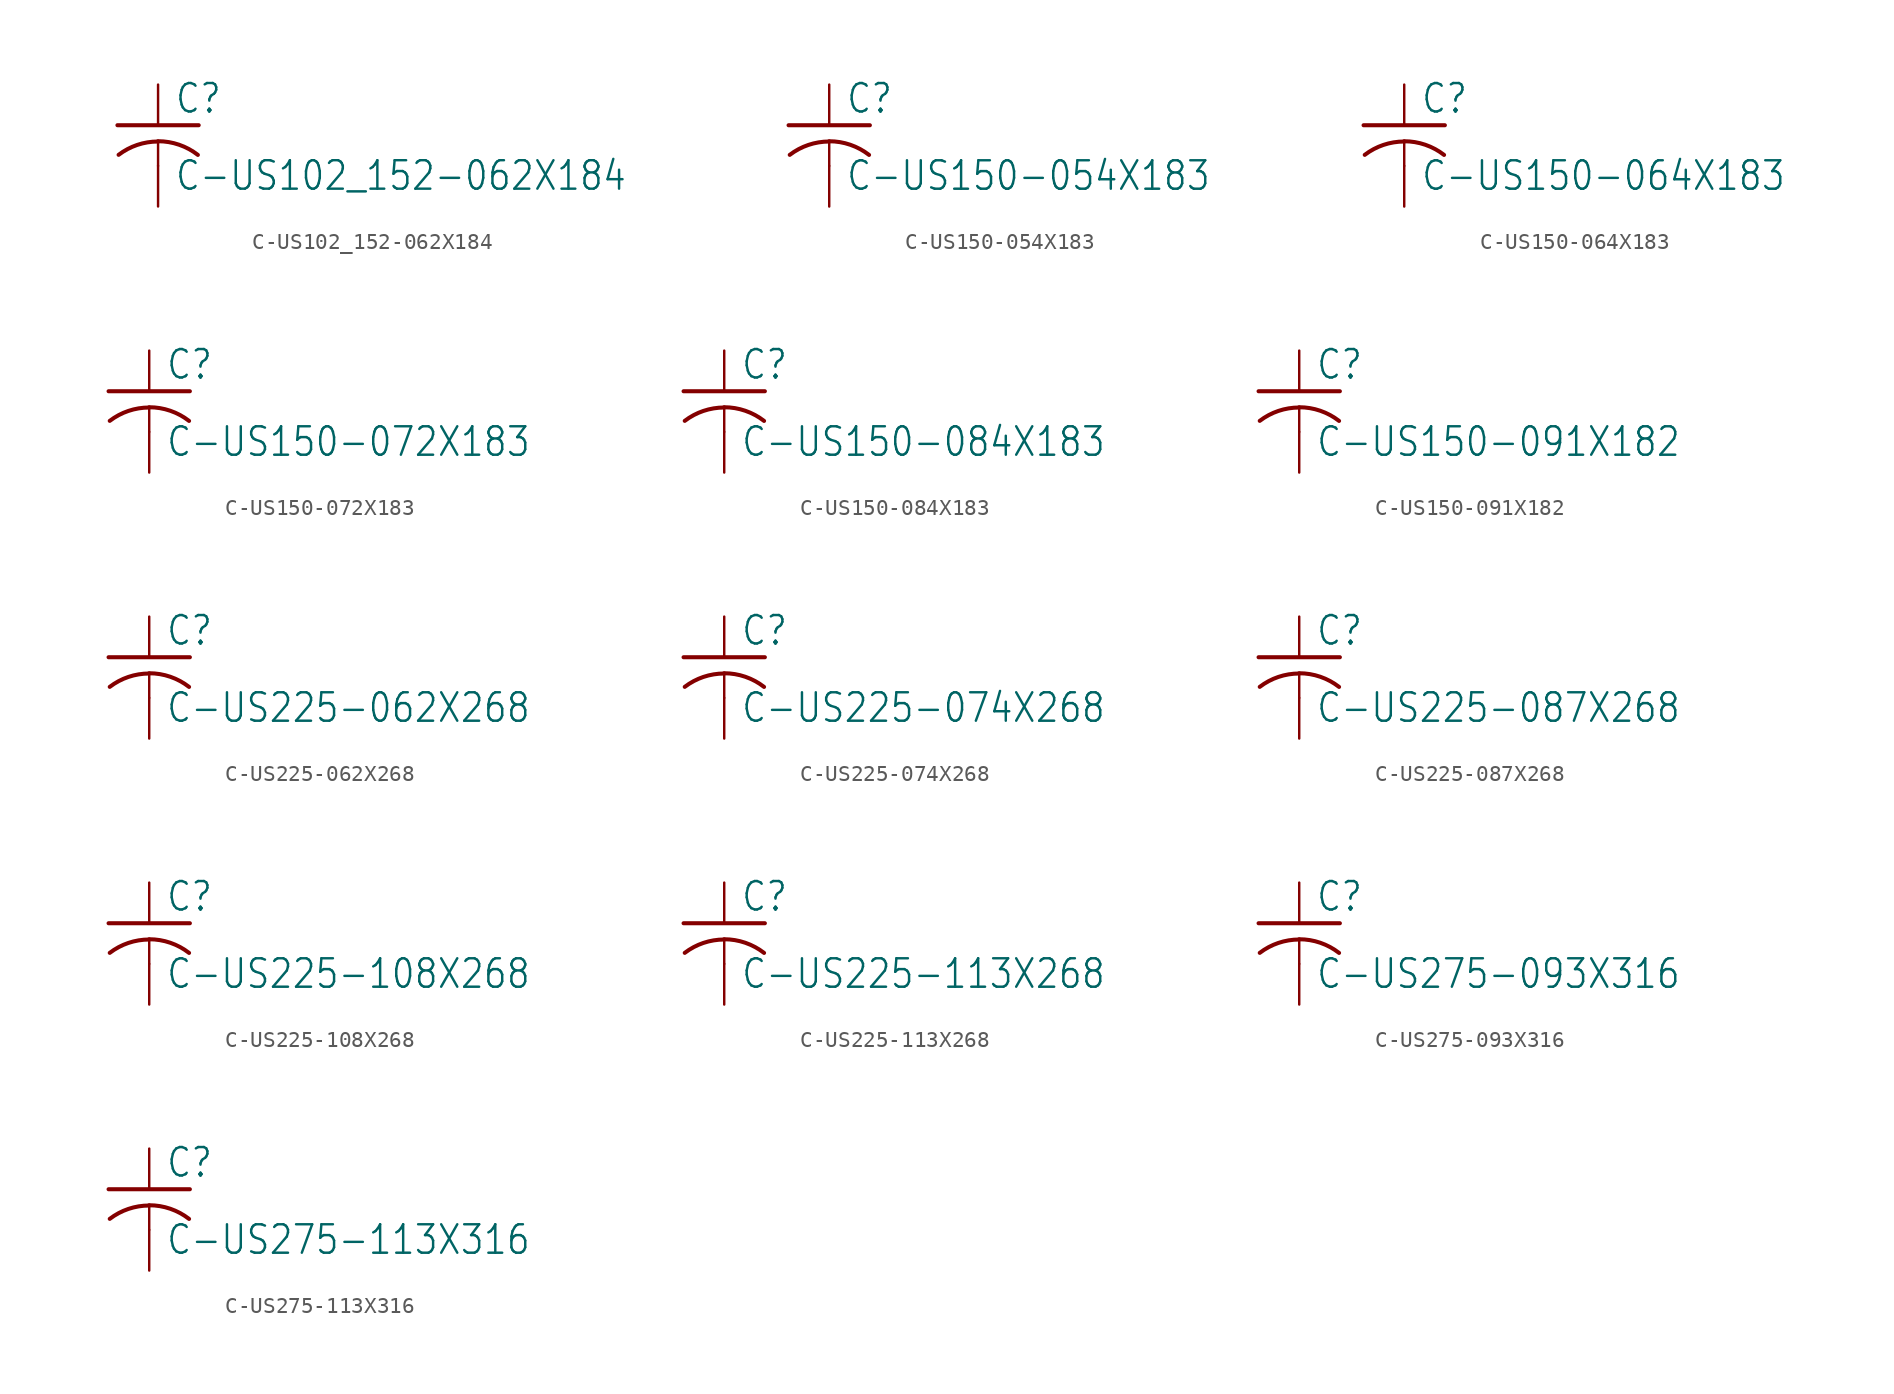
<source format=kicad_sym>
(kicad_symbol_lib
  (version 20201005)
  (generator kicad_symbol_editor)
  (symbol "C-US102_152-062X184"
    (property "Reference" "C"
      (at 1.016 0.635 0)
      (effects (font (size 1.778 1.511)) (justify left bottom)))
    (property "Value" "C-US102_152-062X184"
      (at 1.016 -4.191 0)
      (effects (font (size 1.778 1.511)) (justify left bottom)))
    (property "ki_locked" ""
      (at 0 0 0)
      (effects (font (size 1.27 1.27))))
    (symbol "C-US102_152-062X184_1_0"
      (arc (start 0 -1.0161) (end -2.4668 -1.8504) (radius (at 0 -5.0799) (length 4.0638) (angles 90 127.4)) (stroke (width 0.254)) (fill (type none)))
      (arc (start 2.4892 -1.8542) (end 0 -1) (radius (at 0 -5.0542) (length 4.0541) (angles 52.1 90)) (stroke (width 0.254)) (fill (type none)))
      (polyline (pts (xy -2.54 0) (xy 2.54 0)) (stroke (width 0.254)) (fill (type none)))
      (polyline (pts (xy 0 -1.016) (xy 0 -2.54)) (stroke (width 0.152)) (fill (type none)))
      (pin passive line (at 0 2.54 270) (length 2.54) (name "1" (effects (font (size 0 0)))) (number "1" (effects (font (size 0 0)))))
      (pin passive line (at 0 -5.08 90) (length 2.54) (name "2" (effects (font (size 0 0)))) (number "2" (effects (font (size 0 0)))))))
  (symbol "C-US150-054X183"
    (property "Reference" "C"
      (at 1.016 0.635 0)
      (effects (font (size 1.778 1.511)) (justify left bottom)))
    (property "Value" "C-US150-054X183"
      (at 1.016 -4.191 0)
      (effects (font (size 1.778 1.511)) (justify left bottom)))
    (property "ki_locked" ""
      (at 0 0 0)
      (effects (font (size 1.27 1.27))))
    (symbol "C-US150-054X183_1_0"
      (arc (start 0 -1.0161) (end -2.4668 -1.8504) (radius (at 0 -5.0799) (length 4.0638) (angles 90 127.4)) (stroke (width 0.254)) (fill (type none)))
      (arc (start 2.4892 -1.8542) (end 0 -1) (radius (at 0 -5.0542) (length 4.0541) (angles 52.1 90)) (stroke (width 0.254)) (fill (type none)))
      (polyline (pts (xy -2.54 0) (xy 2.54 0)) (stroke (width 0.254)) (fill (type none)))
      (polyline (pts (xy 0 -1.016) (xy 0 -2.54)) (stroke (width 0.152)) (fill (type none)))
      (pin passive line (at 0 2.54 270) (length 2.54) (name "1" (effects (font (size 0 0)))) (number "1" (effects (font (size 0 0)))))
      (pin passive line (at 0 -5.08 90) (length 2.54) (name "2" (effects (font (size 0 0)))) (number "2" (effects (font (size 0 0)))))))
  (symbol "C-US150-064X183"
    (property "Reference" "C"
      (at 1.016 0.635 0)
      (effects (font (size 1.778 1.511)) (justify left bottom)))
    (property "Value" "C-US150-064X183"
      (at 1.016 -4.191 0)
      (effects (font (size 1.778 1.511)) (justify left bottom)))
    (property "ki_locked" ""
      (at 0 0 0)
      (effects (font (size 1.27 1.27))))
    (symbol "C-US150-064X183_1_0"
      (arc (start 0 -1.0161) (end -2.4668 -1.8504) (radius (at 0 -5.0799) (length 4.0638) (angles 90 127.4)) (stroke (width 0.254)) (fill (type none)))
      (arc (start 2.4892 -1.8542) (end 0 -1) (radius (at 0 -5.0542) (length 4.0541) (angles 52.1 90)) (stroke (width 0.254)) (fill (type none)))
      (polyline (pts (xy -2.54 0) (xy 2.54 0)) (stroke (width 0.254)) (fill (type none)))
      (polyline (pts (xy 0 -1.016) (xy 0 -2.54)) (stroke (width 0.152)) (fill (type none)))
      (pin passive line (at 0 2.54 270) (length 2.54) (name "1" (effects (font (size 0 0)))) (number "1" (effects (font (size 0 0)))))
      (pin passive line (at 0 -5.08 90) (length 2.54) (name "2" (effects (font (size 0 0)))) (number "2" (effects (font (size 0 0)))))))
  (symbol "C-US150-072X183"
    (property "Reference" "C"
      (at 1.016 0.635 0)
      (effects (font (size 1.778 1.511)) (justify left bottom)))
    (property "Value" "C-US150-072X183"
      (at 1.016 -4.191 0)
      (effects (font (size 1.778 1.511)) (justify left bottom)))
    (property "ki_locked" ""
      (at 0 0 0)
      (effects (font (size 1.27 1.27))))
    (symbol "C-US150-072X183_1_0"
      (arc (start 0 -1.0161) (end -2.4668 -1.8504) (radius (at 0 -5.0799) (length 4.0638) (angles 90 127.4)) (stroke (width 0.254)) (fill (type none)))
      (arc (start 2.4892 -1.8542) (end 0 -1) (radius (at 0 -5.0542) (length 4.0541) (angles 52.1 90)) (stroke (width 0.254)) (fill (type none)))
      (polyline (pts (xy -2.54 0) (xy 2.54 0)) (stroke (width 0.254)) (fill (type none)))
      (polyline (pts (xy 0 -1.016) (xy 0 -2.54)) (stroke (width 0.152)) (fill (type none)))
      (pin passive line (at 0 2.54 270) (length 2.54) (name "1" (effects (font (size 0 0)))) (number "1" (effects (font (size 0 0)))))
      (pin passive line (at 0 -5.08 90) (length 2.54) (name "2" (effects (font (size 0 0)))) (number "2" (effects (font (size 0 0)))))))
  (symbol "C-US150-084X183"
    (property "Reference" "C"
      (at 1.016 0.635 0)
      (effects (font (size 1.778 1.511)) (justify left bottom)))
    (property "Value" "C-US150-084X183"
      (at 1.016 -4.191 0)
      (effects (font (size 1.778 1.511)) (justify left bottom)))
    (property "ki_locked" ""
      (at 0 0 0)
      (effects (font (size 1.27 1.27))))
    (symbol "C-US150-084X183_1_0"
      (arc (start 0 -1.0161) (end -2.4668 -1.8504) (radius (at 0 -5.0799) (length 4.0638) (angles 90 127.4)) (stroke (width 0.254)) (fill (type none)))
      (arc (start 2.4892 -1.8542) (end 0 -1) (radius (at 0 -5.0542) (length 4.0541) (angles 52.1 90)) (stroke (width 0.254)) (fill (type none)))
      (polyline (pts (xy -2.54 0) (xy 2.54 0)) (stroke (width 0.254)) (fill (type none)))
      (polyline (pts (xy 0 -1.016) (xy 0 -2.54)) (stroke (width 0.152)) (fill (type none)))
      (pin passive line (at 0 2.54 270) (length 2.54) (name "1" (effects (font (size 0 0)))) (number "1" (effects (font (size 0 0)))))
      (pin passive line (at 0 -5.08 90) (length 2.54) (name "2" (effects (font (size 0 0)))) (number "2" (effects (font (size 0 0)))))))
  (symbol "C-US150-091X182"
    (property "Reference" "C"
      (at 1.016 0.635 0)
      (effects (font (size 1.778 1.511)) (justify left bottom)))
    (property "Value" "C-US150-091X182"
      (at 1.016 -4.191 0)
      (effects (font (size 1.778 1.511)) (justify left bottom)))
    (property "ki_locked" ""
      (at 0 0 0)
      (effects (font (size 1.27 1.27))))
    (symbol "C-US150-091X182_1_0"
      (arc (start 0 -1.0161) (end -2.4668 -1.8504) (radius (at 0 -5.0799) (length 4.0638) (angles 90 127.4)) (stroke (width 0.254)) (fill (type none)))
      (arc (start 2.4892 -1.8542) (end 0 -1) (radius (at 0 -5.0542) (length 4.0541) (angles 52.1 90)) (stroke (width 0.254)) (fill (type none)))
      (polyline (pts (xy -2.54 0) (xy 2.54 0)) (stroke (width 0.254)) (fill (type none)))
      (polyline (pts (xy 0 -1.016) (xy 0 -2.54)) (stroke (width 0.152)) (fill (type none)))
      (pin passive line (at 0 2.54 270) (length 2.54) (name "1" (effects (font (size 0 0)))) (number "1" (effects (font (size 0 0)))))
      (pin passive line (at 0 -5.08 90) (length 2.54) (name "2" (effects (font (size 0 0)))) (number "2" (effects (font (size 0 0)))))))
  (symbol "C-US225-062X268"
    (property "Reference" "C"
      (at 1.016 0.635 0)
      (effects (font (size 1.778 1.511)) (justify left bottom)))
    (property "Value" "C-US225-062X268"
      (at 1.016 -4.191 0)
      (effects (font (size 1.778 1.511)) (justify left bottom)))
    (property "ki_locked" ""
      (at 0 0 0)
      (effects (font (size 1.27 1.27))))
    (symbol "C-US225-062X268_1_0"
      (arc (start 0 -1.0161) (end -2.4668 -1.8504) (radius (at 0 -5.0799) (length 4.0638) (angles 90 127.4)) (stroke (width 0.254)) (fill (type none)))
      (arc (start 2.4892 -1.8542) (end 0 -1) (radius (at 0 -5.0542) (length 4.0541) (angles 52.1 90)) (stroke (width 0.254)) (fill (type none)))
      (polyline (pts (xy -2.54 0) (xy 2.54 0)) (stroke (width 0.254)) (fill (type none)))
      (polyline (pts (xy 0 -1.016) (xy 0 -2.54)) (stroke (width 0.152)) (fill (type none)))
      (pin passive line (at 0 2.54 270) (length 2.54) (name "1" (effects (font (size 0 0)))) (number "1" (effects (font (size 0 0)))))
      (pin passive line (at 0 -5.08 90) (length 2.54) (name "2" (effects (font (size 0 0)))) (number "2" (effects (font (size 0 0)))))))
  (symbol "C-US225-074X268"
    (property "Reference" "C"
      (at 1.016 0.635 0)
      (effects (font (size 1.778 1.511)) (justify left bottom)))
    (property "Value" "C-US225-074X268"
      (at 1.016 -4.191 0)
      (effects (font (size 1.778 1.511)) (justify left bottom)))
    (property "ki_locked" ""
      (at 0 0 0)
      (effects (font (size 1.27 1.27))))
    (symbol "C-US225-074X268_1_0"
      (arc (start 0 -1.0161) (end -2.4668 -1.8504) (radius (at 0 -5.0799) (length 4.0638) (angles 90 127.4)) (stroke (width 0.254)) (fill (type none)))
      (arc (start 2.4892 -1.8542) (end 0 -1) (radius (at 0 -5.0542) (length 4.0541) (angles 52.1 90)) (stroke (width 0.254)) (fill (type none)))
      (polyline (pts (xy -2.54 0) (xy 2.54 0)) (stroke (width 0.254)) (fill (type none)))
      (polyline (pts (xy 0 -1.016) (xy 0 -2.54)) (stroke (width 0.152)) (fill (type none)))
      (pin passive line (at 0 2.54 270) (length 2.54) (name "1" (effects (font (size 0 0)))) (number "1" (effects (font (size 0 0)))))
      (pin passive line (at 0 -5.08 90) (length 2.54) (name "2" (effects (font (size 0 0)))) (number "2" (effects (font (size 0 0)))))))
  (symbol "C-US225-087X268"
    (property "Reference" "C"
      (at 1.016 0.635 0)
      (effects (font (size 1.778 1.511)) (justify left bottom)))
    (property "Value" "C-US225-087X268"
      (at 1.016 -4.191 0)
      (effects (font (size 1.778 1.511)) (justify left bottom)))
    (property "ki_locked" ""
      (at 0 0 0)
      (effects (font (size 1.27 1.27))))
    (symbol "C-US225-087X268_1_0"
      (arc (start 0 -1.0161) (end -2.4668 -1.8504) (radius (at 0 -5.0799) (length 4.0638) (angles 90 127.4)) (stroke (width 0.254)) (fill (type none)))
      (arc (start 2.4892 -1.8542) (end 0 -1) (radius (at 0 -5.0542) (length 4.0541) (angles 52.1 90)) (stroke (width 0.254)) (fill (type none)))
      (polyline (pts (xy -2.54 0) (xy 2.54 0)) (stroke (width 0.254)) (fill (type none)))
      (polyline (pts (xy 0 -1.016) (xy 0 -2.54)) (stroke (width 0.152)) (fill (type none)))
      (pin passive line (at 0 2.54 270) (length 2.54) (name "1" (effects (font (size 0 0)))) (number "1" (effects (font (size 0 0)))))
      (pin passive line (at 0 -5.08 90) (length 2.54) (name "2" (effects (font (size 0 0)))) (number "2" (effects (font (size 0 0)))))))
  (symbol "C-US225-108X268"
    (property "Reference" "C"
      (at 1.016 0.635 0)
      (effects (font (size 1.778 1.511)) (justify left bottom)))
    (property "Value" "C-US225-108X268"
      (at 1.016 -4.191 0)
      (effects (font (size 1.778 1.511)) (justify left bottom)))
    (property "ki_locked" ""
      (at 0 0 0)
      (effects (font (size 1.27 1.27))))
    (symbol "C-US225-108X268_1_0"
      (arc (start 0 -1.0161) (end -2.4668 -1.8504) (radius (at 0 -5.0799) (length 4.0638) (angles 90 127.4)) (stroke (width 0.254)) (fill (type none)))
      (arc (start 2.4892 -1.8542) (end 0 -1) (radius (at 0 -5.0542) (length 4.0541) (angles 52.1 90)) (stroke (width 0.254)) (fill (type none)))
      (polyline (pts (xy -2.54 0) (xy 2.54 0)) (stroke (width 0.254)) (fill (type none)))
      (polyline (pts (xy 0 -1.016) (xy 0 -2.54)) (stroke (width 0.152)) (fill (type none)))
      (pin passive line (at 0 2.54 270) (length 2.54) (name "1" (effects (font (size 0 0)))) (number "1" (effects (font (size 0 0)))))
      (pin passive line (at 0 -5.08 90) (length 2.54) (name "2" (effects (font (size 0 0)))) (number "2" (effects (font (size 0 0)))))))
  (symbol "C-US225-113X268"
    (property "Reference" "C"
      (at 1.016 0.635 0)
      (effects (font (size 1.778 1.511)) (justify left bottom)))
    (property "Value" "C-US225-113X268"
      (at 1.016 -4.191 0)
      (effects (font (size 1.778 1.511)) (justify left bottom)))
    (property "ki_locked" ""
      (at 0 0 0)
      (effects (font (size 1.27 1.27))))
    (symbol "C-US225-113X268_1_0"
      (arc (start 0 -1.0161) (end -2.4668 -1.8504) (radius (at 0 -5.0799) (length 4.0638) (angles 90 127.4)) (stroke (width 0.254)) (fill (type none)))
      (arc (start 2.4892 -1.8542) (end 0 -1) (radius (at 0 -5.0542) (length 4.0541) (angles 52.1 90)) (stroke (width 0.254)) (fill (type none)))
      (polyline (pts (xy -2.54 0) (xy 2.54 0)) (stroke (width 0.254)) (fill (type none)))
      (polyline (pts (xy 0 -1.016) (xy 0 -2.54)) (stroke (width 0.152)) (fill (type none)))
      (pin passive line (at 0 2.54 270) (length 2.54) (name "1" (effects (font (size 0 0)))) (number "1" (effects (font (size 0 0)))))
      (pin passive line (at 0 -5.08 90) (length 2.54) (name "2" (effects (font (size 0 0)))) (number "2" (effects (font (size 0 0)))))))
  (symbol "C-US275-093X316"
    (property "Reference" "C"
      (at 1.016 0.635 0)
      (effects (font (size 1.778 1.511)) (justify left bottom)))
    (property "Value" "C-US275-093X316"
      (at 1.016 -4.191 0)
      (effects (font (size 1.778 1.511)) (justify left bottom)))
    (property "ki_locked" ""
      (at 0 0 0)
      (effects (font (size 1.27 1.27))))
    (symbol "C-US275-093X316_1_0"
      (arc (start 0 -1.0161) (end -2.4668 -1.8504) (radius (at 0 -5.0799) (length 4.0638) (angles 90 127.4)) (stroke (width 0.254)) (fill (type none)))
      (arc (start 2.4892 -1.8542) (end 0 -1) (radius (at 0 -5.0542) (length 4.0541) (angles 52.1 90)) (stroke (width 0.254)) (fill (type none)))
      (polyline (pts (xy -2.54 0) (xy 2.54 0)) (stroke (width 0.254)) (fill (type none)))
      (polyline (pts (xy 0 -1.016) (xy 0 -2.54)) (stroke (width 0.152)) (fill (type none)))
      (pin passive line (at 0 2.54 270) (length 2.54) (name "1" (effects (font (size 0 0)))) (number "1" (effects (font (size 0 0)))))
      (pin passive line (at 0 -5.08 90) (length 2.54) (name "2" (effects (font (size 0 0)))) (number "2" (effects (font (size 0 0)))))))
  (symbol "C-US275-113X316"
    (property "Reference" "C"
      (at 1.016 0.635 0)
      (effects (font (size 1.778 1.511)) (justify left bottom)))
    (property "Value" "C-US275-113X316"
      (at 1.016 -4.191 0)
      (effects (font (size 1.778 1.511)) (justify left bottom)))
    (property "ki_locked" ""
      (at 0 0 0)
      (effects (font (size 1.27 1.27))))
    (symbol "C-US275-113X316_1_0"
      (arc (start 0 -1.0161) (end -2.4668 -1.8504) (radius (at 0 -5.0799) (length 4.0638) (angles 90 127.4)) (stroke (width 0.254)) (fill (type none)))
      (arc (start 2.4892 -1.8542) (end 0 -1) (radius (at 0 -5.0542) (length 4.0541) (angles 52.1 90)) (stroke (width 0.254)) (fill (type none)))
      (polyline (pts (xy -2.54 0) (xy 2.54 0)) (stroke (width 0.254)) (fill (type none)))
      (polyline (pts (xy 0 -1.016) (xy 0 -2.54)) (stroke (width 0.152)) (fill (type none)))
      (pin passive line (at 0 2.54 270) (length 2.54) (name "1" (effects (font (size 0 0)))) (number "1" (effects (font (size 0 0)))))
      (pin passive line (at 0 -5.08 90) (length 2.54) (name "2" (effects (font (size 0 0)))) (number "2" (effects (font (size 0 0))))))))
</source>
